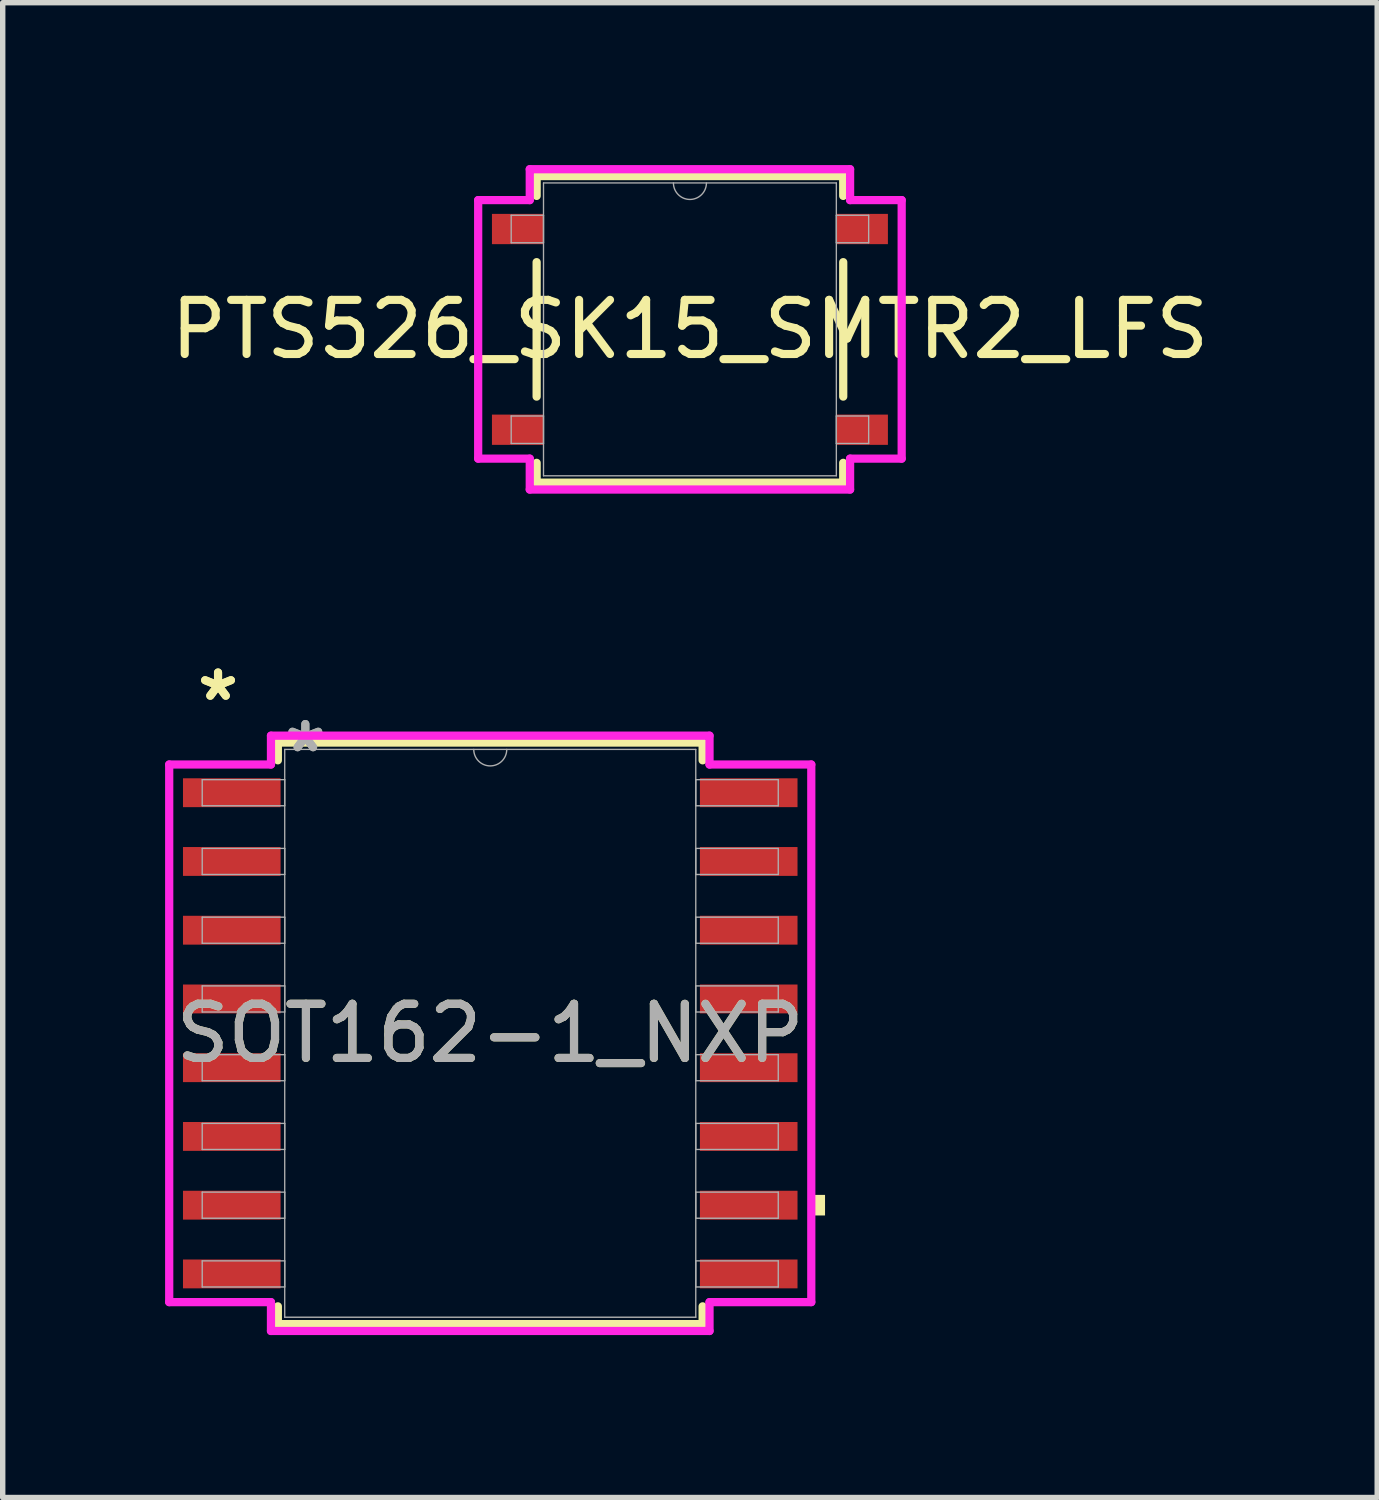
<source format=kicad_pcb>
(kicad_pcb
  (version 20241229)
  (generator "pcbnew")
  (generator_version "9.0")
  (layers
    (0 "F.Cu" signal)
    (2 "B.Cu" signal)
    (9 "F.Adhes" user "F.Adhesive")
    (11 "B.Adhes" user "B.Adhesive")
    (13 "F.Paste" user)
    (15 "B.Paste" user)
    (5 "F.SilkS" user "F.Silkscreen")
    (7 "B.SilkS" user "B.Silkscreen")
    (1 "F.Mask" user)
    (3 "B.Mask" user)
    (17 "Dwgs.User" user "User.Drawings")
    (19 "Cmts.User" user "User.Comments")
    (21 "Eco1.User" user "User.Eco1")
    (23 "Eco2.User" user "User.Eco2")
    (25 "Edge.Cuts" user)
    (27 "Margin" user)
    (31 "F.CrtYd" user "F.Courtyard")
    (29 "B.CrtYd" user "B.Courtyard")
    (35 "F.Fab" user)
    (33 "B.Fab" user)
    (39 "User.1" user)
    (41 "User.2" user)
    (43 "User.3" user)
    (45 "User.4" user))
  (footprint "PTS526_SK15_SMTR2_LFS"
    (layer "F.Cu")
    (at 9.696 3.035)
    (property "Reference" "PTS526_SK15_SMTR2_LFS" (at 0 0 0) (unlocked yes) (layer "F.SilkS") (effects (font (size 1 1) (thickness 0.15))))
    (attr smd)
    (fp_line (start -2.832 -2.832) (end -2.832 -2.466) (stroke (width 0.152) (type solid)) (layer "F.SilkS"))
    (fp_line (start -2.832 -1.242) (end -2.832 1.242) (stroke (width 0.152) (type solid)) (layer "F.SilkS"))
    (fp_line (start -2.832 2.466) (end -2.832 2.832) (stroke (width 0.152) (type solid)) (layer "F.SilkS"))
    (fp_line (start -2.832 2.832) (end 2.832 2.832) (stroke (width 0.152) (type solid)) (layer "F.SilkS"))
    (fp_line (start 2.832 -2.832) (end -2.832 -2.832) (stroke (width 0.152) (type solid)) (layer "F.SilkS"))
    (fp_line (start 2.832 -2.466) (end 2.832 -2.832) (stroke (width 0.152) (type solid)) (layer "F.SilkS"))
    (fp_line (start 2.832 1.242) (end 2.832 -1.242) (stroke (width 0.152) (type solid)) (layer "F.SilkS"))
    (fp_line (start 2.832 2.832) (end 2.832 2.466) (stroke (width 0.152) (type solid)) (layer "F.SilkS"))
    (fp_line (start -3.912 -2.388) (end -2.959 -2.388) (stroke (width 0.152) (type solid)) (layer "F.CrtYd"))
    (fp_line (start -3.912 2.388) (end -3.912 -2.388) (stroke (width 0.152) (type solid)) (layer "F.CrtYd"))
    (fp_line (start -3.912 2.388) (end -2.959 2.388) (stroke (width 0.152) (type solid)) (layer "F.CrtYd"))
    (fp_line (start -2.959 -2.959) (end 2.959 -2.959) (stroke (width 0.152) (type solid)) (layer "F.CrtYd"))
    (fp_line (start -2.959 -2.388) (end -2.959 -2.959) (stroke (width 0.152) (type solid)) (layer "F.CrtYd"))
    (fp_line (start -2.959 2.959) (end -2.959 2.388) (stroke (width 0.152) (type solid)) (layer "F.CrtYd"))
    (fp_line (start 2.959 -2.959) (end 2.959 -2.388) (stroke (width 0.152) (type solid)) (layer "F.CrtYd"))
    (fp_line (start 2.959 2.388) (end 2.959 2.959) (stroke (width 0.152) (type solid)) (layer "F.CrtYd"))
    (fp_line (start 2.959 2.959) (end -2.959 2.959) (stroke (width 0.152) (type solid)) (layer "F.CrtYd"))
    (fp_line (start 3.912 -2.388) (end 2.959 -2.388) (stroke (width 0.152) (type solid)) (layer "F.CrtYd"))
    (fp_line (start 3.912 -2.388) (end 3.912 2.388) (stroke (width 0.152) (type solid)) (layer "F.CrtYd"))
    (fp_line (start 3.912 2.388) (end 2.959 2.388) (stroke (width 0.152) (type solid)) (layer "F.CrtYd"))
    (fp_line (start -3.302 -2.108) (end -3.302 -1.6) (stroke (width 0.025) (type solid)) (layer "F.Fab"))
    (fp_line (start -3.302 -1.6) (end -2.705 -1.6) (stroke (width 0.025) (type solid)) (layer "F.Fab"))
    (fp_line (start -3.302 1.6) (end -3.302 2.108) (stroke (width 0.025) (type solid)) (layer "F.Fab"))
    (fp_line (start -3.302 2.108) (end -2.705 2.108) (stroke (width 0.025) (type solid)) (layer "F.Fab"))
    (fp_line (start -2.705 -2.705) (end -2.705 2.705) (stroke (width 0.025) (type solid)) (layer "F.Fab"))
    (fp_line (start -2.705 -2.108) (end -3.302 -2.108) (stroke (width 0.025) (type solid)) (layer "F.Fab"))
    (fp_line (start -2.705 -1.6) (end -2.705 -2.108) (stroke (width 0.025) (type solid)) (layer "F.Fab"))
    (fp_line (start -2.705 1.6) (end -3.302 1.6) (stroke (width 0.025) (type solid)) (layer "F.Fab"))
    (fp_line (start -2.705 2.108) (end -2.705 1.6) (stroke (width 0.025) (type solid)) (layer "F.Fab"))
    (fp_line (start -2.705 2.705) (end 2.705 2.705) (stroke (width 0.025) (type solid)) (layer "F.Fab"))
    (fp_line (start 2.705 -2.705) (end -2.705 -2.705) (stroke (width 0.025) (type solid)) (layer "F.Fab"))
    (fp_line (start 2.705 -2.108) (end 2.705 -1.6) (stroke (width 0.025) (type solid)) (layer "F.Fab"))
    (fp_line (start 2.705 -1.6) (end 3.302 -1.6) (stroke (width 0.025) (type solid)) (layer "F.Fab"))
    (fp_line (start 2.705 1.6) (end 2.705 2.108) (stroke (width 0.025) (type solid)) (layer "F.Fab"))
    (fp_line (start 2.705 2.108) (end 3.302 2.108) (stroke (width 0.025) (type solid)) (layer "F.Fab"))
    (fp_line (start 2.705 2.705) (end 2.705 -2.705) (stroke (width 0.025) (type solid)) (layer "F.Fab"))
    (fp_line (start 3.302 -2.108) (end 2.705 -2.108) (stroke (width 0.025) (type solid)) (layer "F.Fab"))
    (fp_line (start 3.302 -1.6) (end 3.302 -2.108) (stroke (width 0.025) (type solid)) (layer "F.Fab"))
    (fp_line (start 3.302 1.6) (end 2.705 1.6) (stroke (width 0.025) (type solid)) (layer "F.Fab"))
    (fp_line (start 3.302 2.108) (end 3.302 1.6) (stroke (width 0.025) (type solid)) (layer "F.Fab"))
    (fp_arc (start 0.3048 -2.7051) (mid 0 -2.4003) (end -0.3048 -2.7051) (stroke (width 0.0254) (type solid)) (layer "F.Fab"))
    (pad "1" smd rect (at -3.181 -1.854) (size 0.953 0.559) (layers "F.Cu" "F.Mask" "F.Paste"))
    (pad "2" smd rect (at 3.181 -1.854) (size 0.953 0.559) (layers "F.Cu" "F.Mask" "F.Paste"))
    (pad "3" smd rect (at -3.181 1.854) (size 0.953 0.559) (layers "F.Cu" "F.Mask" "F.Paste"))
    (pad "4" smd rect (at 3.181 1.854) (size 0.953 0.559) (layers "F.Cu" "F.Mask" "F.Paste")))
  (footprint "SOT162-1_NXP"
    (layer "F.Cu")
    (at 6.007 16.04)
    (property "Reference" "SOT162-1_NXP" (at 0 0 0) (unlocked yes) (layer "F.SilkS") (effects (font (size 1 1) (thickness 0.15))))
    (attr smd)
    (fp_line (start -3.924 -5.372) (end -3.924 -5.044) (stroke (width 0.152) (type solid)) (layer "F.SilkS"))
    (fp_line (start -3.924 5.044) (end -3.924 5.372) (stroke (width 0.152) (type solid)) (layer "F.SilkS"))
    (fp_line (start -3.924 5.372) (end 3.924 5.372) (stroke (width 0.152) (type solid)) (layer "F.SilkS"))
    (fp_line (start 3.924 -5.372) (end -3.924 -5.372) (stroke (width 0.152) (type solid)) (layer "F.SilkS"))
    (fp_line (start 3.924 -5.044) (end 3.924 -5.372) (stroke (width 0.152) (type solid)) (layer "F.SilkS"))
    (fp_line (start 3.924 5.372) (end 3.924 5.044) (stroke (width 0.152) (type solid)) (layer "F.SilkS"))
    (fp_poly (pts (xy 6.185 2.985) (xy 6.185 3.365) (xy 5.931 3.365) (xy 5.931 2.985)) (stroke (width 0) (type solid)) (fill yes) (layer "F.SilkS"))
    (fp_line (start -5.931 -4.966) (end -4.051 -4.966) (stroke (width 0.152) (type solid)) (layer "F.CrtYd"))
    (fp_line (start -5.931 4.966) (end -5.931 -4.966) (stroke (width 0.152) (type solid)) (layer "F.CrtYd"))
    (fp_line (start -5.931 4.966) (end -4.051 4.966) (stroke (width 0.152) (type solid)) (layer "F.CrtYd"))
    (fp_line (start -4.051 -5.499) (end 4.051 -5.499) (stroke (width 0.152) (type solid)) (layer "F.CrtYd"))
    (fp_line (start -4.051 -4.966) (end -4.051 -5.499) (stroke (width 0.152) (type solid)) (layer "F.CrtYd"))
    (fp_line (start -4.051 5.499) (end -4.051 4.966) (stroke (width 0.152) (type solid)) (layer "F.CrtYd"))
    (fp_line (start 4.051 -5.499) (end 4.051 -4.966) (stroke (width 0.152) (type solid)) (layer "F.CrtYd"))
    (fp_line (start 4.051 4.966) (end 4.051 5.499) (stroke (width 0.152) (type solid)) (layer "F.CrtYd"))
    (fp_line (start 4.051 5.499) (end -4.051 5.499) (stroke (width 0.152) (type solid)) (layer "F.CrtYd"))
    (fp_line (start 5.931 -4.966) (end 4.051 -4.966) (stroke (width 0.152) (type solid)) (layer "F.CrtYd"))
    (fp_line (start 5.931 -4.966) (end 5.931 4.966) (stroke (width 0.152) (type solid)) (layer "F.CrtYd"))
    (fp_line (start 5.931 4.966) (end 4.051 4.966) (stroke (width 0.152) (type solid)) (layer "F.CrtYd"))
    (fp_line (start -5.321 -4.686) (end -5.321 -4.204) (stroke (width 0.025) (type solid)) (layer "F.Fab"))
    (fp_line (start -5.321 -4.204) (end -3.797 -4.204) (stroke (width 0.025) (type solid)) (layer "F.Fab"))
    (fp_line (start -5.321 -3.416) (end -5.321 -2.934) (stroke (width 0.025) (type solid)) (layer "F.Fab"))
    (fp_line (start -5.321 -2.934) (end -3.797 -2.934) (stroke (width 0.025) (type solid)) (layer "F.Fab"))
    (fp_line (start -5.321 -2.146) (end -5.321 -1.664) (stroke (width 0.025) (type solid)) (layer "F.Fab"))
    (fp_line (start -5.321 -1.664) (end -3.797 -1.664) (stroke (width 0.025) (type solid)) (layer "F.Fab"))
    (fp_line (start -5.321 -0.876) (end -5.321 -0.394) (stroke (width 0.025) (type solid)) (layer "F.Fab"))
    (fp_line (start -5.321 -0.394) (end -3.797 -0.394) (stroke (width 0.025) (type solid)) (layer "F.Fab"))
    (fp_line (start -5.321 0.394) (end -5.321 0.876) (stroke (width 0.025) (type solid)) (layer "F.Fab"))
    (fp_line (start -5.321 0.876) (end -3.797 0.876) (stroke (width 0.025) (type solid)) (layer "F.Fab"))
    (fp_line (start -5.321 1.664) (end -5.321 2.146) (stroke (width 0.025) (type solid)) (layer "F.Fab"))
    (fp_line (start -5.321 2.146) (end -3.797 2.146) (stroke (width 0.025) (type solid)) (layer "F.Fab"))
    (fp_line (start -5.321 2.934) (end -5.321 3.416) (stroke (width 0.025) (type solid)) (layer "F.Fab"))
    (fp_line (start -5.321 3.416) (end -3.797 3.416) (stroke (width 0.025) (type solid)) (layer "F.Fab"))
    (fp_line (start -5.321 4.204) (end -5.321 4.686) (stroke (width 0.025) (type solid)) (layer "F.Fab"))
    (fp_line (start -5.321 4.686) (end -3.797 4.686) (stroke (width 0.025) (type solid)) (layer "F.Fab"))
    (fp_line (start -3.797 -5.245) (end -3.797 5.245) (stroke (width 0.025) (type solid)) (layer "F.Fab"))
    (fp_line (start -3.797 -4.686) (end -5.321 -4.686) (stroke (width 0.025) (type solid)) (layer "F.Fab"))
    (fp_line (start -3.797 -4.204) (end -3.797 -4.686) (stroke (width 0.025) (type solid)) (layer "F.Fab"))
    (fp_line (start -3.797 -3.416) (end -5.321 -3.416) (stroke (width 0.025) (type solid)) (layer "F.Fab"))
    (fp_line (start -3.797 -2.934) (end -3.797 -3.416) (stroke (width 0.025) (type solid)) (layer "F.Fab"))
    (fp_line (start -3.797 -2.146) (end -5.321 -2.146) (stroke (width 0.025) (type solid)) (layer "F.Fab"))
    (fp_line (start -3.797 -1.664) (end -3.797 -2.146) (stroke (width 0.025) (type solid)) (layer "F.Fab"))
    (fp_line (start -3.797 -0.876) (end -5.321 -0.876) (stroke (width 0.025) (type solid)) (layer "F.Fab"))
    (fp_line (start -3.797 -0.394) (end -3.797 -0.876) (stroke (width 0.025) (type solid)) (layer "F.Fab"))
    (fp_line (start -3.797 0.394) (end -5.321 0.394) (stroke (width 0.025) (type solid)) (layer "F.Fab"))
    (fp_line (start -3.797 0.876) (end -3.797 0.394) (stroke (width 0.025) (type solid)) (layer "F.Fab"))
    (fp_line (start -3.797 1.664) (end -5.321 1.664) (stroke (width 0.025) (type solid)) (layer "F.Fab"))
    (fp_line (start -3.797 2.146) (end -3.797 1.664) (stroke (width 0.025) (type solid)) (layer "F.Fab"))
    (fp_line (start -3.797 2.934) (end -5.321 2.934) (stroke (width 0.025) (type solid)) (layer "F.Fab"))
    (fp_line (start -3.797 3.416) (end -3.797 2.934) (stroke (width 0.025) (type solid)) (layer "F.Fab"))
    (fp_line (start -3.797 4.204) (end -5.321 4.204) (stroke (width 0.025) (type solid)) (layer "F.Fab"))
    (fp_line (start -3.797 4.686) (end -3.797 4.204) (stroke (width 0.025) (type solid)) (layer "F.Fab"))
    (fp_line (start -3.797 5.245) (end 3.797 5.245) (stroke (width 0.025) (type solid)) (layer "F.Fab"))
    (fp_line (start 3.797 -5.245) (end -3.797 -5.245) (stroke (width 0.025) (type solid)) (layer "F.Fab"))
    (fp_line (start 3.797 -4.686) (end 3.797 -4.204) (stroke (width 0.025) (type solid)) (layer "F.Fab"))
    (fp_line (start 3.797 -4.204) (end 5.321 -4.204) (stroke (width 0.025) (type solid)) (layer "F.Fab"))
    (fp_line (start 3.797 -3.416) (end 3.797 -2.934) (stroke (width 0.025) (type solid)) (layer "F.Fab"))
    (fp_line (start 3.797 -2.934) (end 5.321 -2.934) (stroke (width 0.025) (type solid)) (layer "F.Fab"))
    (fp_line (start 3.797 -2.146) (end 3.797 -1.664) (stroke (width 0.025) (type solid)) (layer "F.Fab"))
    (fp_line (start 3.797 -1.664) (end 5.321 -1.664) (stroke (width 0.025) (type solid)) (layer "F.Fab"))
    (fp_line (start 3.797 -0.876) (end 3.797 -0.394) (stroke (width 0.025) (type solid)) (layer "F.Fab"))
    (fp_line (start 3.797 -0.394) (end 5.321 -0.394) (stroke (width 0.025) (type solid)) (layer "F.Fab"))
    (fp_line (start 3.797 0.394) (end 3.797 0.876) (stroke (width 0.025) (type solid)) (layer "F.Fab"))
    (fp_line (start 3.797 0.876) (end 5.321 0.876) (stroke (width 0.025) (type solid)) (layer "F.Fab"))
    (fp_line (start 3.797 1.664) (end 3.797 2.146) (stroke (width 0.025) (type solid)) (layer "F.Fab"))
    (fp_line (start 3.797 2.146) (end 5.321 2.146) (stroke (width 0.025) (type solid)) (layer "F.Fab"))
    (fp_line (start 3.797 2.934) (end 3.797 3.416) (stroke (width 0.025) (type solid)) (layer "F.Fab"))
    (fp_line (start 3.797 3.416) (end 5.321 3.416) (stroke (width 0.025) (type solid)) (layer "F.Fab"))
    (fp_line (start 3.797 4.204) (end 3.797 4.686) (stroke (width 0.025) (type solid)) (layer "F.Fab"))
    (fp_line (start 3.797 4.686) (end 5.321 4.686) (stroke (width 0.025) (type solid)) (layer "F.Fab"))
    (fp_line (start 3.797 5.245) (end 3.797 -5.245) (stroke (width 0.025) (type solid)) (layer "F.Fab"))
    (fp_line (start 5.321 -4.686) (end 3.797 -4.686) (stroke (width 0.025) (type solid)) (layer "F.Fab"))
    (fp_line (start 5.321 -4.204) (end 5.321 -4.686) (stroke (width 0.025) (type solid)) (layer "F.Fab"))
    (fp_line (start 5.321 -3.416) (end 3.797 -3.416) (stroke (width 0.025) (type solid)) (layer "F.Fab"))
    (fp_line (start 5.321 -2.934) (end 5.321 -3.416) (stroke (width 0.025) (type solid)) (layer "F.Fab"))
    (fp_line (start 5.321 -2.146) (end 3.797 -2.146) (stroke (width 0.025) (type solid)) (layer "F.Fab"))
    (fp_line (start 5.321 -1.664) (end 5.321 -2.146) (stroke (width 0.025) (type solid)) (layer "F.Fab"))
    (fp_line (start 5.321 -0.876) (end 3.797 -0.876) (stroke (width 0.025) (type solid)) (layer "F.Fab"))
    (fp_line (start 5.321 -0.394) (end 5.321 -0.876) (stroke (width 0.025) (type solid)) (layer "F.Fab"))
    (fp_line (start 5.321 0.394) (end 3.797 0.394) (stroke (width 0.025) (type solid)) (layer "F.Fab"))
    (fp_line (start 5.321 0.876) (end 5.321 0.394) (stroke (width 0.025) (type solid)) (layer "F.Fab"))
    (fp_line (start 5.321 1.664) (end 3.797 1.664) (stroke (width 0.025) (type solid)) (layer "F.Fab"))
    (fp_line (start 5.321 2.146) (end 5.321 1.664) (stroke (width 0.025) (type solid)) (layer "F.Fab"))
    (fp_line (start 5.321 2.934) (end 3.797 2.934) (stroke (width 0.025) (type solid)) (layer "F.Fab"))
    (fp_line (start 5.321 3.416) (end 5.321 2.934) (stroke (width 0.025) (type solid)) (layer "F.Fab"))
    (fp_line (start 5.321 4.204) (end 3.797 4.204) (stroke (width 0.025) (type solid)) (layer "F.Fab"))
    (fp_line (start 5.321 4.686) (end 5.321 4.204) (stroke (width 0.025) (type solid)) (layer "F.Fab"))
    (fp_arc (start 0.3048 -5.2451) (mid 0 -4.9403) (end -0.3048 -5.2451) (stroke (width 0.0254) (type solid)) (layer "F.Fab"))
    (fp_text user "*" (at -5.029 -6.121 0) (layer "F.SilkS") (effects (font (size 1 1) (thickness 0.15))))
    (fp_text user "*" (at -5.029 -6.121 0) (unlocked yes) (layer "F.SilkS") (effects (font (size 1 1) (thickness 0.15))))
    (fp_text user "${REFERENCE}" (at 0 0 0) (unlocked yes) (layer "F.Fab") (effects (font (size 1 1) (thickness 0.15))))
    (fp_text user "*" (at -3.416 -5.169 0) (unlocked yes) (layer "F.Fab") (effects (font (size 1 1) (thickness 0.15))))
    (fp_text user "*" (at -3.416 -5.169 0) (layer "F.Fab") (effects (font (size 1 1) (thickness 0.15))))
    (pad "1" smd rect (at -4.775 -4.445) (size 1.803 0.533) (layers "F.Cu" "F.Mask" "F.Paste"))
    (pad "2" smd rect (at -4.775 -3.175) (size 1.803 0.533) (layers "F.Cu" "F.Mask" "F.Paste"))
    (pad "3" smd rect (at -4.775 -1.905) (size 1.803 0.533) (layers "F.Cu" "F.Mask" "F.Paste"))
    (pad "4" smd rect (at -4.775 -0.635) (size 1.803 0.533) (layers "F.Cu" "F.Mask" "F.Paste"))
    (pad "5" smd rect (at -4.775 0.635) (size 1.803 0.533) (layers "F.Cu" "F.Mask" "F.Paste"))
    (pad "6" smd rect (at -4.775 1.905) (size 1.803 0.533) (layers "F.Cu" "F.Mask" "F.Paste"))
    (pad "7" smd rect (at -4.775 3.175) (size 1.803 0.533) (layers "F.Cu" "F.Mask" "F.Paste"))
    (pad "8" smd rect (at -4.775 4.445) (size 1.803 0.533) (layers "F.Cu" "F.Mask" "F.Paste"))
    (pad "9" smd rect (at 4.775 4.445) (size 1.803 0.533) (layers "F.Cu" "F.Mask" "F.Paste"))
    (pad "10" smd rect (at 4.775 3.175) (size 1.803 0.533) (layers "F.Cu" "F.Mask" "F.Paste"))
    (pad "11" smd rect (at 4.775 1.905) (size 1.803 0.533) (layers "F.Cu" "F.Mask" "F.Paste"))
    (pad "12" smd rect (at 4.775 0.635) (size 1.803 0.533) (layers "F.Cu" "F.Mask" "F.Paste"))
    (pad "13" smd rect (at 4.775 -0.635) (size 1.803 0.533) (layers "F.Cu" "F.Mask" "F.Paste"))
    (pad "14" smd rect (at 4.775 -1.905) (size 1.803 0.533) (layers "F.Cu" "F.Mask" "F.Paste"))
    (pad "15" smd rect (at 4.775 -3.175) (size 1.803 0.533) (layers "F.Cu" "F.Mask" "F.Paste"))
    (pad "16" smd rect (at 4.775 -4.445) (size 1.803 0.533) (layers "F.Cu" "F.Mask" "F.Paste")))
  (gr_rect
    (start -3 -3)
    (end 22.393 24.616)
    (stroke (width 0.1) (type default))
    (fill no)
    (layer "Edge.Cuts")))
</source>
